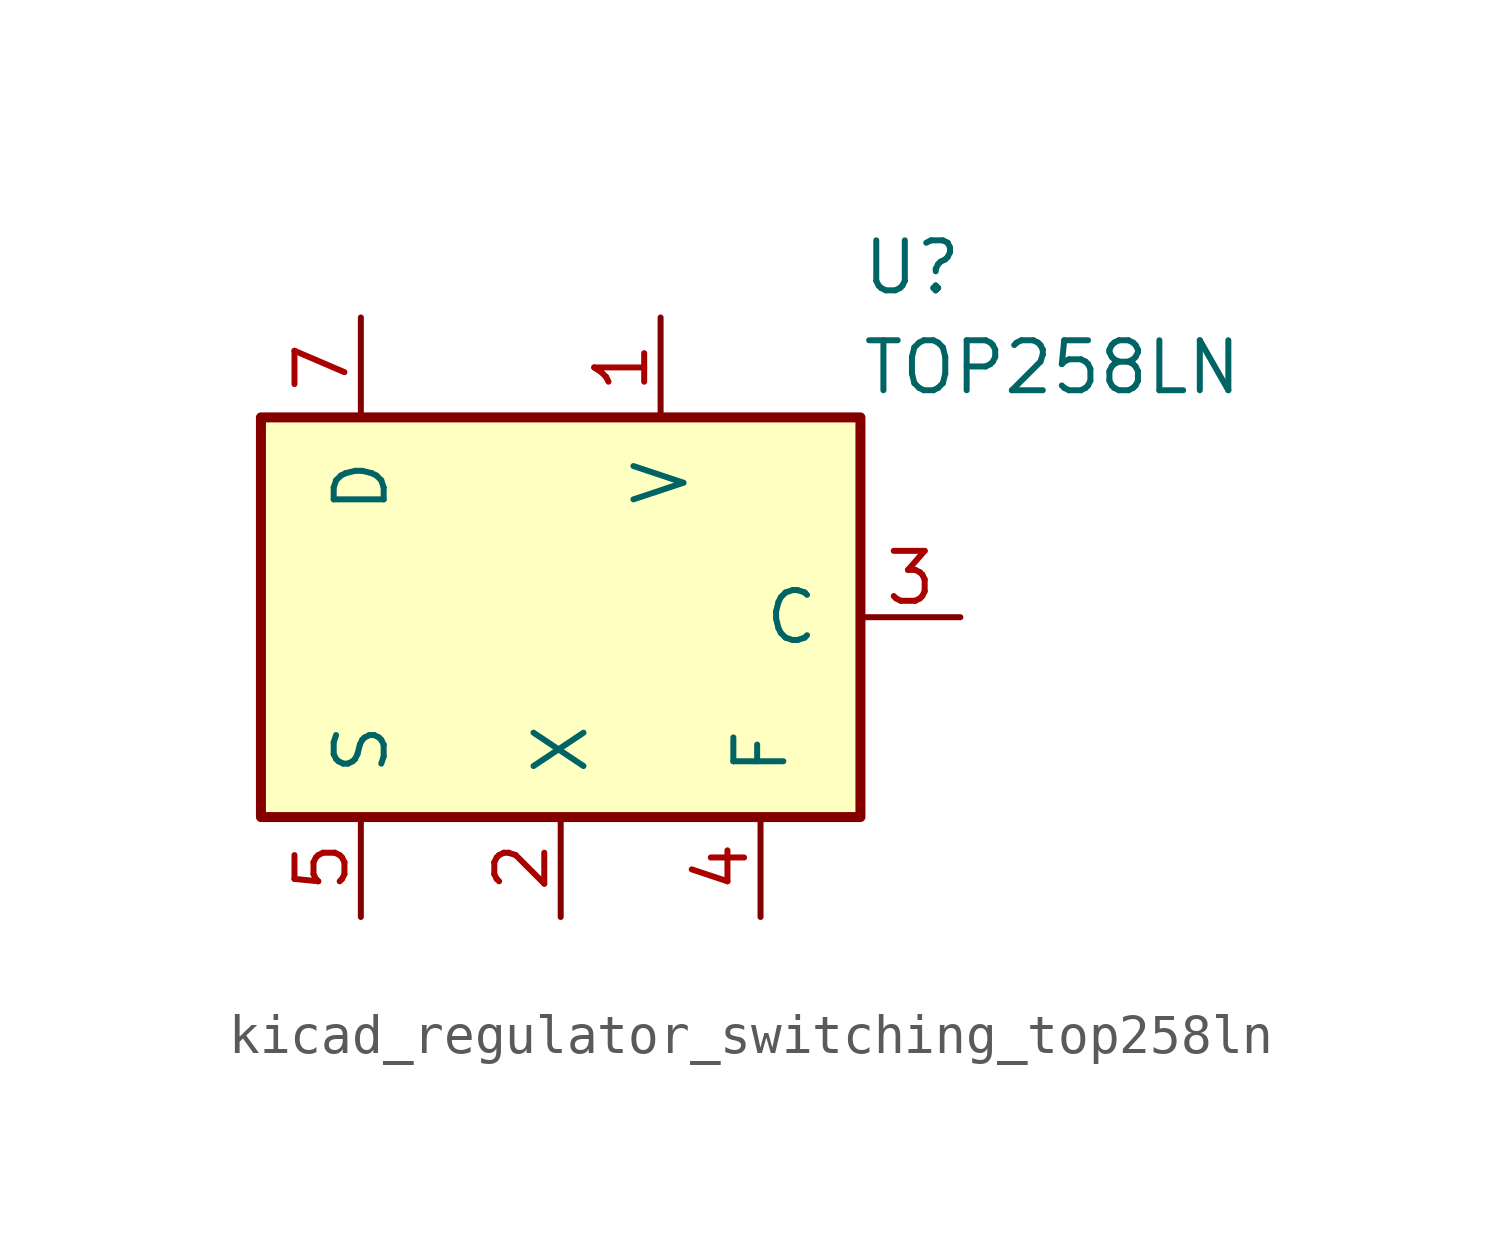
<source format=kicad_sym>
(kicad_symbol_lib
  (version 20220914)
  (generator kicad_symbol_editor)
  (symbol "kicad_regulator_switching_top258ln"
    (pin_names
      (offset 1.016))
    (property "Reference" "U"
      (at 7.62 8.89 0)
      (effects (font (size 1.27 1.27)) (justify left)))
    (property "Value" "TOP258LN"
      (at 7.62 6.35 0)
      (effects (font (size 1.27 1.27)) (justify left)))
    (symbol "kicad_regulator_switching_top258ln_0_1"
      (rectangle (start -7.62 5.08) (end 7.62 -5.08) (stroke (width 0.254) (type default)) (fill (type background))))
    (symbol "kicad_regulator_switching_top258ln_1_1"
      (pin input line (at 2.54 7.62 270) (length 2.54) (name "V" (effects (font (size 1.27 1.27)))) (number "1" (effects (font (size 1.27 1.27)))))
      (pin input line (at 0 -7.62 90) (length 2.54) (name "X" (effects (font (size 1.27 1.27)))) (number "2" (effects (font (size 1.27 1.27)))))
      (pin input line (at 10.16 0 180) (length 2.54) (name "C" (effects (font (size 1.27 1.27)))) (number "3" (effects (font (size 1.27 1.27)))))
      (pin passive line (at 5.08 -7.62 90) (length 2.54) (name "F" (effects (font (size 1.27 1.27)))) (number "4" (effects (font (size 1.27 1.27)))))
      (pin power_in line (at -5.08 -7.62 90) (length 2.54) (name "S" (effects (font (size 1.27 1.27)))) (number "5" (effects (font (size 1.27 1.27)))))
      (pin open_collector line (at -5.08 7.62 270) (length 2.54) (name "D" (effects (font (size 1.27 1.27)))) (number "7" (effects (font (size 1.27 1.27))))))))
</source>
